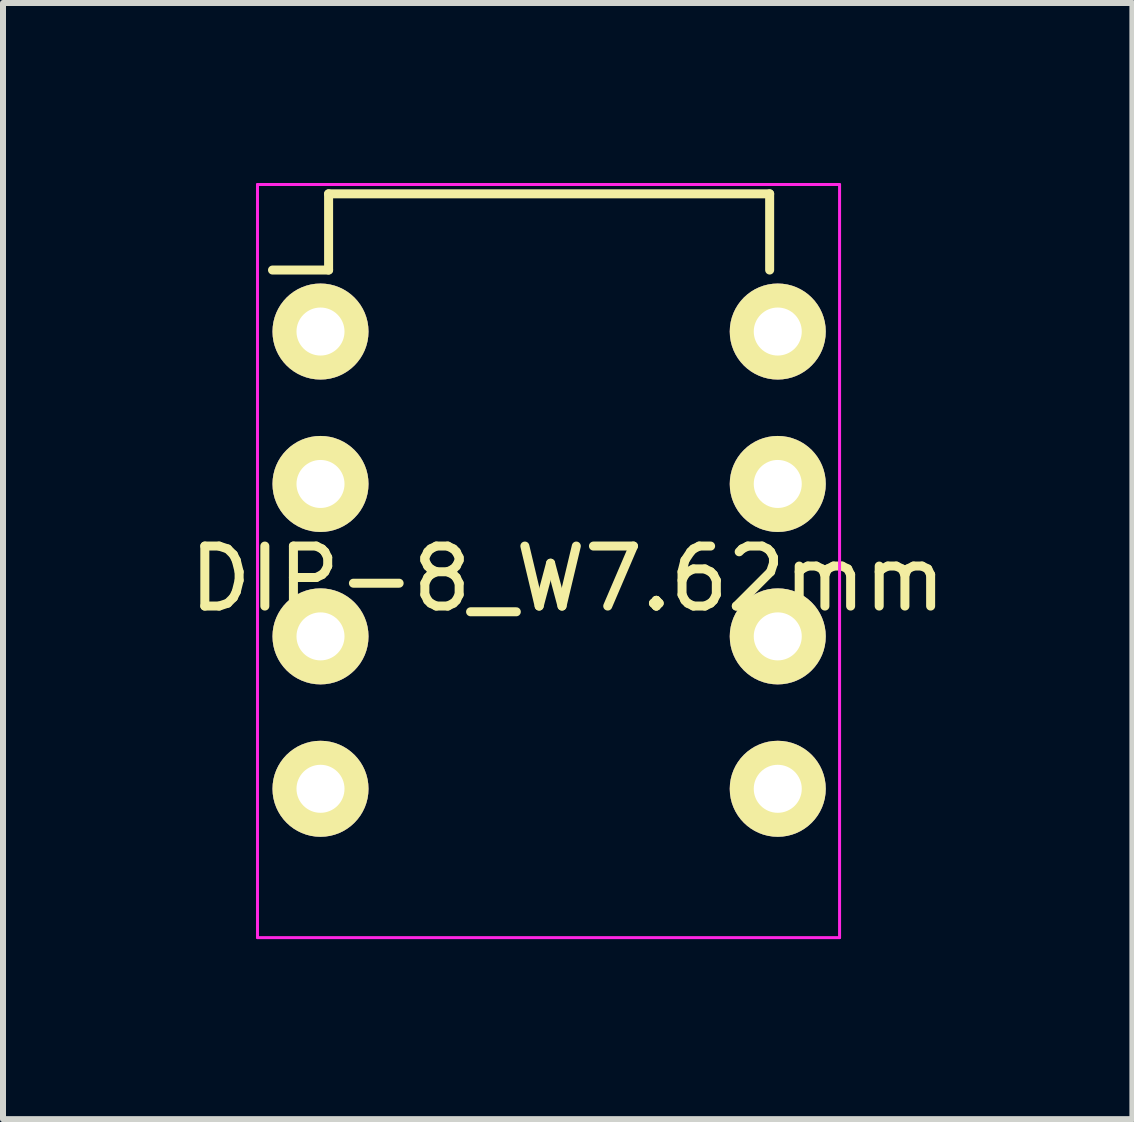
<source format=kicad_pcb>
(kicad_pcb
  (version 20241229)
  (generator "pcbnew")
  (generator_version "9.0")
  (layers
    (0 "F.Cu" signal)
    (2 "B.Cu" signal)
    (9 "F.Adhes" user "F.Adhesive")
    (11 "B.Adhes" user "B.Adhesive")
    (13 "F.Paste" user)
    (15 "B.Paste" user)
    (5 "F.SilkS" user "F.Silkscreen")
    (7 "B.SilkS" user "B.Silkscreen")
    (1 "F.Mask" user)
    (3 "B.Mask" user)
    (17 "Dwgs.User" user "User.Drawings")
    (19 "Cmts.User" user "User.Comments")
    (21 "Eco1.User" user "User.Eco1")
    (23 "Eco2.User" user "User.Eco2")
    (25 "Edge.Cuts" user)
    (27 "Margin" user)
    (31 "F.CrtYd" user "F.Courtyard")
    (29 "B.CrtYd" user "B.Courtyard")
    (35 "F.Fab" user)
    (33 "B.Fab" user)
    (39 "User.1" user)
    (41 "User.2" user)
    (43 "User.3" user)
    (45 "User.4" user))
  (footprint "DIP-8_W7.62mm"
    (layer "F.Cu")
    (at 2.291 2.475)
    (property "Reference" "DIP-8_W7.62mm" (at 4.12 4.12 0) (layer "F.SilkS") (effects (font (size 1 1) (thickness 0.15))))
    (attr through_hole)
    (fp_line (start 0.135 -2.295) (end 0.135 -1.025) (stroke (width 0.15) (type solid)) (layer "F.SilkS"))
    (fp_line (start 0.135 -2.295) (end 7.485 -2.295) (stroke (width 0.15) (type solid)) (layer "F.SilkS"))
    (fp_line (start 0.135 -1.025) (end -0.8 -1.025) (stroke (width 0.15) (type solid)) (layer "F.SilkS"))
    (fp_line (start 7.485 -2.295) (end 7.485 -1.025) (stroke (width 0.15) (type solid)) (layer "F.SilkS"))
    (fp_line (start -1.05 -2.45) (end -1.05 10.1) (stroke (width 0.05) (type solid)) (layer "F.CrtYd"))
    (fp_line (start -1.05 -2.45) (end 8.65 -2.45) (stroke (width 0.05) (type solid)) (layer "F.CrtYd"))
    (fp_line (start -1.05 10.1) (end 8.65 10.1) (stroke (width 0.05) (type solid)) (layer "F.CrtYd"))
    (fp_line (start 8.65 -2.45) (end 8.65 10.1) (stroke (width 0.05) (type solid)) (layer "F.CrtYd"))
    (pad "1" thru_hole oval (at 0 0) (size 1.6 1.6) (drill 0.8) (layers "*.Cu" "*.Mask" "F.SilkS"))
    (pad "2" thru_hole oval (at 0 2.54) (size 1.6 1.6) (drill 0.8) (layers "*.Cu" "*.Mask" "F.SilkS"))
    (pad "3" thru_hole oval (at 0 5.08) (size 1.6 1.6) (drill 0.8) (layers "*.Cu" "*.Mask" "F.SilkS"))
    (pad "4" thru_hole oval (at 0 7.62) (size 1.6 1.6) (drill 0.8) (layers "*.Cu" "*.Mask" "F.SilkS"))
    (pad "5" thru_hole oval (at 7.62 7.62) (size 1.6 1.6) (drill 0.8) (layers "*.Cu" "*.Mask" "F.SilkS"))
    (pad "6" thru_hole oval (at 7.62 5.08) (size 1.6 1.6) (drill 0.8) (layers "*.Cu" "*.Mask" "F.SilkS"))
    (pad "7" thru_hole oval (at 7.62 2.54) (size 1.6 1.6) (drill 0.8) (layers "*.Cu" "*.Mask" "F.SilkS"))
    (pad "8" thru_hole oval (at 7.62 0) (size 1.6 1.6) (drill 0.8) (layers "*.Cu" "*.Mask" "F.SilkS")))
  (gr_rect
    (start -3 -3)
    (end 15.821 15.6)
    (stroke (width 0.1) (type default))
    (fill no)
    (layer "Edge.Cuts")))
</source>
